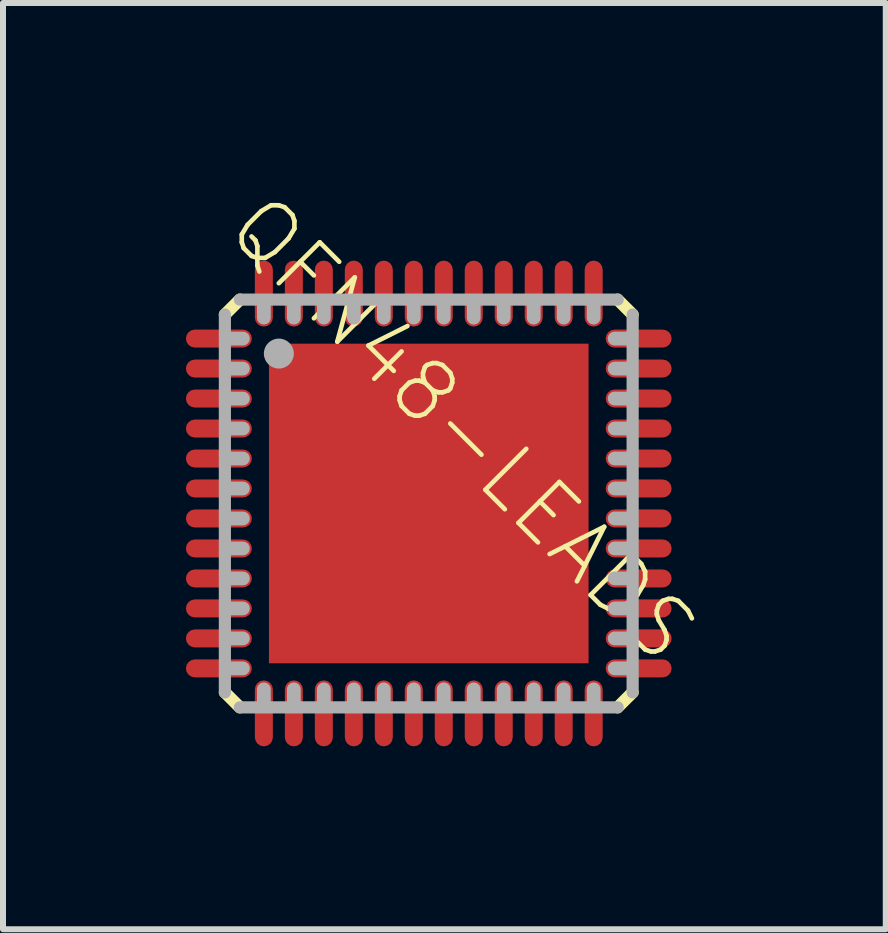
<source format=kicad_pcb>
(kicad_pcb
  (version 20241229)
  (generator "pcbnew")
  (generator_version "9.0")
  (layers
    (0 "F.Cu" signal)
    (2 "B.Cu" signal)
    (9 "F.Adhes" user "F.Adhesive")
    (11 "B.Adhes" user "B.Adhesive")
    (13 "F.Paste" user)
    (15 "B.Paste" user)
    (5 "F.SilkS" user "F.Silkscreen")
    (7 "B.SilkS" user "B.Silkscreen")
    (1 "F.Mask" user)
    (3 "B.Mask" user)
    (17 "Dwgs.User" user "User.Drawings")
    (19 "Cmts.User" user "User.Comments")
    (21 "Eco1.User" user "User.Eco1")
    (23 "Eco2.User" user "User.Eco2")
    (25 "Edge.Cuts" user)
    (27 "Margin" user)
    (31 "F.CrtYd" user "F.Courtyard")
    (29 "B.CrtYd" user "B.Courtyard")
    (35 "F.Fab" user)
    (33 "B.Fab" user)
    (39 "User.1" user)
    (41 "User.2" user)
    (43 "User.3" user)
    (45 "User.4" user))
  (footprint "QFN48-LEADS"
    (layer "F.Cu")
    (at 4.1 5.346)
    (property "Reference" "QFN48-LEADS" (at -3.5 -4.5 135) (layer "F.SilkS") (effects (font (size 0.965 0.965) (thickness 0.077)) (justify left bottom)))
    (attr through_hole)
    (fp_line (start -3.1 -2.75) (end -3.9 -2.75) (stroke (width 0.4) (type solid)) (layer "F.Mask"))
    (fp_line (start -3.1 -2.25) (end -3.9 -2.25) (stroke (width 0.4) (type solid)) (layer "F.Mask"))
    (fp_line (start -3.1 -1.75) (end -3.9 -1.75) (stroke (width 0.4) (type solid)) (layer "F.Mask"))
    (fp_line (start -3.1 -1.25) (end -3.9 -1.25) (stroke (width 0.4) (type solid)) (layer "F.Mask"))
    (fp_line (start -3.1 -0.75) (end -3.9 -0.75) (stroke (width 0.4) (type solid)) (layer "F.Mask"))
    (fp_line (start -3.1 -0.25) (end -3.9 -0.25) (stroke (width 0.4) (type solid)) (layer "F.Mask"))
    (fp_line (start -3.1 0.25) (end -3.9 0.25) (stroke (width 0.4) (type solid)) (layer "F.Mask"))
    (fp_line (start -3.1 0.75) (end -3.9 0.75) (stroke (width 0.4) (type solid)) (layer "F.Mask"))
    (fp_line (start -3.1 1.25) (end -3.9 1.25) (stroke (width 0.4) (type solid)) (layer "F.Mask"))
    (fp_line (start -3.1 1.75) (end -3.9 1.75) (stroke (width 0.4) (type solid)) (layer "F.Mask"))
    (fp_line (start -3.1 2.25) (end -3.9 2.25) (stroke (width 0.4) (type solid)) (layer "F.Mask"))
    (fp_line (start -3.1 2.75) (end -3.9 2.75) (stroke (width 0.4) (type solid)) (layer "F.Mask"))
    (fp_line (start -2.75 -3.1) (end -2.75 -3.9) (stroke (width 0.4) (type solid)) (layer "F.Mask"))
    (fp_line (start -2.75 3.1) (end -2.75 3.9) (stroke (width 0.4) (type solid)) (layer "F.Mask"))
    (fp_line (start -2.25 -3.1) (end -2.25 -3.9) (stroke (width 0.4) (type solid)) (layer "F.Mask"))
    (fp_line (start -2.25 3.1) (end -2.25 3.9) (stroke (width 0.4) (type solid)) (layer "F.Mask"))
    (fp_line (start -1.75 -3.1) (end -1.75 -3.9) (stroke (width 0.4) (type solid)) (layer "F.Mask"))
    (fp_line (start -1.75 3.1) (end -1.75 3.9) (stroke (width 0.4) (type solid)) (layer "F.Mask"))
    (fp_line (start -1.25 -3.1) (end -1.25 -3.9) (stroke (width 0.4) (type solid)) (layer "F.Mask"))
    (fp_line (start -1.25 3.1) (end -1.25 3.9) (stroke (width 0.4) (type solid)) (layer "F.Mask"))
    (fp_line (start -0.75 -3.1) (end -0.75 -3.9) (stroke (width 0.4) (type solid)) (layer "F.Mask"))
    (fp_line (start -0.75 3.1) (end -0.75 3.9) (stroke (width 0.4) (type solid)) (layer "F.Mask"))
    (fp_line (start -0.25 -3.1) (end -0.25 -3.9) (stroke (width 0.4) (type solid)) (layer "F.Mask"))
    (fp_line (start -0.25 3.1) (end -0.25 3.9) (stroke (width 0.4) (type solid)) (layer "F.Mask"))
    (fp_line (start 0.25 -3.1) (end 0.25 -3.9) (stroke (width 0.4) (type solid)) (layer "F.Mask"))
    (fp_line (start 0.25 3.1) (end 0.25 3.9) (stroke (width 0.4) (type solid)) (layer "F.Mask"))
    (fp_line (start 0.75 -3.1) (end 0.75 -3.9) (stroke (width 0.4) (type solid)) (layer "F.Mask"))
    (fp_line (start 0.75 3.1) (end 0.75 3.9) (stroke (width 0.4) (type solid)) (layer "F.Mask"))
    (fp_line (start 1.25 -3.1) (end 1.25 -3.9) (stroke (width 0.4) (type solid)) (layer "F.Mask"))
    (fp_line (start 1.25 3.1) (end 1.25 3.9) (stroke (width 0.4) (type solid)) (layer "F.Mask"))
    (fp_line (start 1.75 -3.1) (end 1.75 -3.9) (stroke (width 0.4) (type solid)) (layer "F.Mask"))
    (fp_line (start 1.75 3.1) (end 1.75 3.9) (stroke (width 0.4) (type solid)) (layer "F.Mask"))
    (fp_line (start 2.25 -3.1) (end 2.25 -3.9) (stroke (width 0.4) (type solid)) (layer "F.Mask"))
    (fp_line (start 2.25 3.1) (end 2.25 3.9) (stroke (width 0.4) (type solid)) (layer "F.Mask"))
    (fp_line (start 2.75 -3.1) (end 2.75 -3.9) (stroke (width 0.4) (type solid)) (layer "F.Mask"))
    (fp_line (start 2.75 3.1) (end 2.75 3.9) (stroke (width 0.4) (type solid)) (layer "F.Mask"))
    (fp_line (start 3.1 -2.75) (end 3.9 -2.75) (stroke (width 0.4) (type solid)) (layer "F.Mask"))
    (fp_line (start 3.1 -2.25) (end 3.9 -2.25) (stroke (width 0.4) (type solid)) (layer "F.Mask"))
    (fp_line (start 3.1 -1.75) (end 3.9 -1.75) (stroke (width 0.4) (type solid)) (layer "F.Mask"))
    (fp_line (start 3.1 -1.25) (end 3.9 -1.25) (stroke (width 0.4) (type solid)) (layer "F.Mask"))
    (fp_line (start 3.1 -0.75) (end 3.9 -0.75) (stroke (width 0.4) (type solid)) (layer "F.Mask"))
    (fp_line (start 3.1 -0.25) (end 3.9 -0.25) (stroke (width 0.4) (type solid)) (layer "F.Mask"))
    (fp_line (start 3.1 0.25) (end 3.9 0.25) (stroke (width 0.4) (type solid)) (layer "F.Mask"))
    (fp_line (start 3.1 0.75) (end 3.9 0.75) (stroke (width 0.4) (type solid)) (layer "F.Mask"))
    (fp_line (start 3.1 1.25) (end 3.9 1.25) (stroke (width 0.4) (type solid)) (layer "F.Mask"))
    (fp_line (start 3.1 1.75) (end 3.9 1.75) (stroke (width 0.4) (type solid)) (layer "F.Mask"))
    (fp_line (start 3.1 2.25) (end 3.9 2.25) (stroke (width 0.4) (type solid)) (layer "F.Mask"))
    (fp_line (start 3.1 2.75) (end 3.9 2.75) (stroke (width 0.4) (type solid)) (layer "F.Mask"))
    (fp_poly (pts (xy -2.7 2.7) (xy 2.7 2.7) (xy 2.7 -2.7) (xy -2.7 -2.7)) (stroke (width 0) (type solid)) (fill yes) (layer "F.Mask"))
    (fp_line (start -3.4 -3.15) (end -3.15 -3.4) (stroke (width 0.203) (type solid)) (layer "F.SilkS"))
    (fp_line (start -3.15 3.4) (end -3.4 3.15) (stroke (width 0.203) (type solid)) (layer "F.SilkS"))
    (fp_line (start 3.15 -3.4) (end 3.4 -3.15) (stroke (width 0.203) (type solid)) (layer "F.SilkS"))
    (fp_line (start 3.4 3.15) (end 3.15 3.4) (stroke (width 0.203) (type solid)) (layer "F.SilkS"))
    (fp_line (start -3.1 -2.75) (end -3.9 -2.75) (stroke (width 0.25) (type solid)) (layer "F.Paste"))
    (fp_line (start -3.1 -2.25) (end -3.9 -2.25) (stroke (width 0.25) (type solid)) (layer "F.Paste"))
    (fp_line (start -3.1 -1.75) (end -3.9 -1.75) (stroke (width 0.25) (type solid)) (layer "F.Paste"))
    (fp_line (start -3.1 -1.25) (end -3.9 -1.25) (stroke (width 0.25) (type solid)) (layer "F.Paste"))
    (fp_line (start -3.1 -0.75) (end -3.9 -0.75) (stroke (width 0.25) (type solid)) (layer "F.Paste"))
    (fp_line (start -3.1 -0.25) (end -3.9 -0.25) (stroke (width 0.25) (type solid)) (layer "F.Paste"))
    (fp_line (start -3.1 0.25) (end -3.9 0.25) (stroke (width 0.25) (type solid)) (layer "F.Paste"))
    (fp_line (start -3.1 0.75) (end -3.9 0.75) (stroke (width 0.25) (type solid)) (layer "F.Paste"))
    (fp_line (start -3.1 1.25) (end -3.9 1.25) (stroke (width 0.25) (type solid)) (layer "F.Paste"))
    (fp_line (start -3.1 1.75) (end -3.9 1.75) (stroke (width 0.25) (type solid)) (layer "F.Paste"))
    (fp_line (start -3.1 2.25) (end -3.9 2.25) (stroke (width 0.25) (type solid)) (layer "F.Paste"))
    (fp_line (start -3.1 2.75) (end -3.9 2.75) (stroke (width 0.25) (type solid)) (layer "F.Paste"))
    (fp_line (start -2.75 -3.1) (end -2.75 -3.9) (stroke (width 0.25) (type solid)) (layer "F.Paste"))
    (fp_line (start -2.75 3.1) (end -2.75 3.9) (stroke (width 0.25) (type solid)) (layer "F.Paste"))
    (fp_line (start -2.25 -3.1) (end -2.25 -3.9) (stroke (width 0.25) (type solid)) (layer "F.Paste"))
    (fp_line (start -2.25 3.1) (end -2.25 3.9) (stroke (width 0.25) (type solid)) (layer "F.Paste"))
    (fp_line (start -1.75 -3.1) (end -1.75 -3.9) (stroke (width 0.25) (type solid)) (layer "F.Paste"))
    (fp_line (start -1.75 3.1) (end -1.75 3.9) (stroke (width 0.25) (type solid)) (layer "F.Paste"))
    (fp_line (start -1.25 -3.1) (end -1.25 -3.9) (stroke (width 0.25) (type solid)) (layer "F.Paste"))
    (fp_line (start -1.25 3.1) (end -1.25 3.9) (stroke (width 0.25) (type solid)) (layer "F.Paste"))
    (fp_line (start -0.75 -3.1) (end -0.75 -3.9) (stroke (width 0.25) (type solid)) (layer "F.Paste"))
    (fp_line (start -0.75 3.1) (end -0.75 3.9) (stroke (width 0.25) (type solid)) (layer "F.Paste"))
    (fp_line (start -0.25 -3.1) (end -0.25 -3.9) (stroke (width 0.25) (type solid)) (layer "F.Paste"))
    (fp_line (start -0.25 3.1) (end -0.25 3.9) (stroke (width 0.25) (type solid)) (layer "F.Paste"))
    (fp_line (start 0.25 -3.1) (end 0.25 -3.9) (stroke (width 0.25) (type solid)) (layer "F.Paste"))
    (fp_line (start 0.25 3.1) (end 0.25 3.9) (stroke (width 0.25) (type solid)) (layer "F.Paste"))
    (fp_line (start 0.75 -3.1) (end 0.75 -3.9) (stroke (width 0.25) (type solid)) (layer "F.Paste"))
    (fp_line (start 0.75 3.1) (end 0.75 3.9) (stroke (width 0.25) (type solid)) (layer "F.Paste"))
    (fp_line (start 1.25 -3.1) (end 1.25 -3.9) (stroke (width 0.25) (type solid)) (layer "F.Paste"))
    (fp_line (start 1.25 3.1) (end 1.25 3.9) (stroke (width 0.25) (type solid)) (layer "F.Paste"))
    (fp_line (start 1.75 -3.1) (end 1.75 -3.9) (stroke (width 0.25) (type solid)) (layer "F.Paste"))
    (fp_line (start 1.75 3.1) (end 1.75 3.9) (stroke (width 0.25) (type solid)) (layer "F.Paste"))
    (fp_line (start 2.25 -3.1) (end 2.25 -3.9) (stroke (width 0.25) (type solid)) (layer "F.Paste"))
    (fp_line (start 2.25 3.1) (end 2.25 3.9) (stroke (width 0.25) (type solid)) (layer "F.Paste"))
    (fp_line (start 2.75 -3.1) (end 2.75 -3.9) (stroke (width 0.25) (type solid)) (layer "F.Paste"))
    (fp_line (start 2.75 3.1) (end 2.75 3.9) (stroke (width 0.25) (type solid)) (layer "F.Paste"))
    (fp_line (start 3.1 -2.75) (end 3.9 -2.75) (stroke (width 0.25) (type solid)) (layer "F.Paste"))
    (fp_line (start 3.1 -2.25) (end 3.9 -2.25) (stroke (width 0.25) (type solid)) (layer "F.Paste"))
    (fp_line (start 3.1 -1.75) (end 3.9 -1.75) (stroke (width 0.25) (type solid)) (layer "F.Paste"))
    (fp_line (start 3.1 -1.25) (end 3.9 -1.25) (stroke (width 0.25) (type solid)) (layer "F.Paste"))
    (fp_line (start 3.1 -0.75) (end 3.9 -0.75) (stroke (width 0.25) (type solid)) (layer "F.Paste"))
    (fp_line (start 3.1 -0.25) (end 3.9 -0.25) (stroke (width 0.25) (type solid)) (layer "F.Paste"))
    (fp_line (start 3.1 0.25) (end 3.9 0.25) (stroke (width 0.25) (type solid)) (layer "F.Paste"))
    (fp_line (start 3.1 0.75) (end 3.9 0.75) (stroke (width 0.25) (type solid)) (layer "F.Paste"))
    (fp_line (start 3.1 1.25) (end 3.9 1.25) (stroke (width 0.25) (type solid)) (layer "F.Paste"))
    (fp_line (start 3.1 1.75) (end 3.9 1.75) (stroke (width 0.25) (type solid)) (layer "F.Paste"))
    (fp_line (start 3.1 2.25) (end 3.9 2.25) (stroke (width 0.25) (type solid)) (layer "F.Paste"))
    (fp_line (start 3.1 2.75) (end 3.9 2.75) (stroke (width 0.25) (type solid)) (layer "F.Paste"))
    (fp_poly (pts (xy -2.55 2.55) (xy 2.55 2.55) (xy 2.55 -2.55) (xy -2.55 -2.55)) (stroke (width 0) (type solid)) (fill yes) (layer "F.Paste"))
    (fp_line (start -3.4 3.15) (end -3.4 -3.15) (stroke (width 0.203) (type solid)) (layer "F.Fab"))
    (fp_line (start -3.15 -3.4) (end 3.15 -3.4) (stroke (width 0.203) (type solid)) (layer "F.Fab"))
    (fp_line (start -3.1 -2.75) (end -3.325 -2.75) (stroke (width 0.23) (type solid)) (layer "F.Fab"))
    (fp_line (start -3.1 -2.25) (end -3.325 -2.25) (stroke (width 0.23) (type solid)) (layer "F.Fab"))
    (fp_line (start -3.1 -1.75) (end -3.325 -1.75) (stroke (width 0.23) (type solid)) (layer "F.Fab"))
    (fp_line (start -3.1 -1.25) (end -3.325 -1.25) (stroke (width 0.23) (type solid)) (layer "F.Fab"))
    (fp_line (start -3.1 -0.75) (end -3.325 -0.75) (stroke (width 0.23) (type solid)) (layer "F.Fab"))
    (fp_line (start -3.1 -0.25) (end -3.325 -0.25) (stroke (width 0.23) (type solid)) (layer "F.Fab"))
    (fp_line (start -3.1 0.25) (end -3.325 0.25) (stroke (width 0.23) (type solid)) (layer "F.Fab"))
    (fp_line (start -3.1 0.75) (end -3.325 0.75) (stroke (width 0.23) (type solid)) (layer "F.Fab"))
    (fp_line (start -3.1 1.25) (end -3.325 1.25) (stroke (width 0.23) (type solid)) (layer "F.Fab"))
    (fp_line (start -3.1 1.75) (end -3.325 1.75) (stroke (width 0.23) (type solid)) (layer "F.Fab"))
    (fp_line (start -3.1 2.25) (end -3.325 2.25) (stroke (width 0.23) (type solid)) (layer "F.Fab"))
    (fp_line (start -3.1 2.75) (end -3.325 2.75) (stroke (width 0.23) (type solid)) (layer "F.Fab"))
    (fp_line (start -2.75 -3.1) (end -2.75 -3.325) (stroke (width 0.23) (type solid)) (layer "F.Fab"))
    (fp_line (start -2.75 3.1) (end -2.75 3.325) (stroke (width 0.23) (type solid)) (layer "F.Fab"))
    (fp_line (start -2.25 -3.1) (end -2.25 -3.325) (stroke (width 0.23) (type solid)) (layer "F.Fab"))
    (fp_line (start -2.25 3.1) (end -2.25 3.325) (stroke (width 0.23) (type solid)) (layer "F.Fab"))
    (fp_line (start -1.75 -3.1) (end -1.75 -3.325) (stroke (width 0.23) (type solid)) (layer "F.Fab"))
    (fp_line (start -1.75 3.1) (end -1.75 3.325) (stroke (width 0.23) (type solid)) (layer "F.Fab"))
    (fp_line (start -1.25 -3.1) (end -1.25 -3.325) (stroke (width 0.23) (type solid)) (layer "F.Fab"))
    (fp_line (start -1.25 3.1) (end -1.25 3.325) (stroke (width 0.23) (type solid)) (layer "F.Fab"))
    (fp_line (start -0.75 -3.1) (end -0.75 -3.325) (stroke (width 0.23) (type solid)) (layer "F.Fab"))
    (fp_line (start -0.75 3.1) (end -0.75 3.325) (stroke (width 0.23) (type solid)) (layer "F.Fab"))
    (fp_line (start -0.25 -3.1) (end -0.25 -3.325) (stroke (width 0.23) (type solid)) (layer "F.Fab"))
    (fp_line (start -0.25 3.1) (end -0.25 3.325) (stroke (width 0.23) (type solid)) (layer "F.Fab"))
    (fp_line (start 0.25 -3.1) (end 0.25 -3.325) (stroke (width 0.23) (type solid)) (layer "F.Fab"))
    (fp_line (start 0.25 3.1) (end 0.25 3.325) (stroke (width 0.23) (type solid)) (layer "F.Fab"))
    (fp_line (start 0.75 -3.1) (end 0.75 -3.325) (stroke (width 0.23) (type solid)) (layer "F.Fab"))
    (fp_line (start 0.75 3.1) (end 0.75 3.325) (stroke (width 0.23) (type solid)) (layer "F.Fab"))
    (fp_line (start 1.25 -3.1) (end 1.25 -3.325) (stroke (width 0.23) (type solid)) (layer "F.Fab"))
    (fp_line (start 1.25 3.1) (end 1.25 3.325) (stroke (width 0.23) (type solid)) (layer "F.Fab"))
    (fp_line (start 1.75 -3.1) (end 1.75 -3.325) (stroke (width 0.23) (type solid)) (layer "F.Fab"))
    (fp_line (start 1.75 3.1) (end 1.75 3.325) (stroke (width 0.23) (type solid)) (layer "F.Fab"))
    (fp_line (start 2.25 -3.1) (end 2.25 -3.325) (stroke (width 0.23) (type solid)) (layer "F.Fab"))
    (fp_line (start 2.25 3.1) (end 2.25 3.325) (stroke (width 0.23) (type solid)) (layer "F.Fab"))
    (fp_line (start 2.75 -3.1) (end 2.75 -3.325) (stroke (width 0.23) (type solid)) (layer "F.Fab"))
    (fp_line (start 2.75 3.1) (end 2.75 3.325) (stroke (width 0.23) (type solid)) (layer "F.Fab"))
    (fp_line (start 3.1 -2.75) (end 3.325 -2.75) (stroke (width 0.23) (type solid)) (layer "F.Fab"))
    (fp_line (start 3.1 -2.25) (end 3.325 -2.25) (stroke (width 0.23) (type solid)) (layer "F.Fab"))
    (fp_line (start 3.1 -1.75) (end 3.325 -1.75) (stroke (width 0.23) (type solid)) (layer "F.Fab"))
    (fp_line (start 3.1 -1.25) (end 3.325 -1.25) (stroke (width 0.23) (type solid)) (layer "F.Fab"))
    (fp_line (start 3.1 -0.75) (end 3.325 -0.75) (stroke (width 0.23) (type solid)) (layer "F.Fab"))
    (fp_line (start 3.1 -0.25) (end 3.325 -0.25) (stroke (width 0.23) (type solid)) (layer "F.Fab"))
    (fp_line (start 3.1 0.25) (end 3.325 0.25) (stroke (width 0.23) (type solid)) (layer "F.Fab"))
    (fp_line (start 3.1 0.75) (end 3.325 0.75) (stroke (width 0.23) (type solid)) (layer "F.Fab"))
    (fp_line (start 3.1 1.25) (end 3.325 1.25) (stroke (width 0.23) (type solid)) (layer "F.Fab"))
    (fp_line (start 3.1 1.75) (end 3.325 1.75) (stroke (width 0.23) (type solid)) (layer "F.Fab"))
    (fp_line (start 3.1 2.25) (end 3.325 2.25) (stroke (width 0.23) (type solid)) (layer "F.Fab"))
    (fp_line (start 3.1 2.75) (end 3.325 2.75) (stroke (width 0.23) (type solid)) (layer "F.Fab"))
    (fp_line (start 3.15 3.4) (end -3.15 3.4) (stroke (width 0.203) (type solid)) (layer "F.Fab"))
    (fp_line (start 3.4 -3.15) (end 3.4 3.15) (stroke (width 0.203) (type solid)) (layer "F.Fab"))
    (fp_circle (center -2.5 -2.5) (end -2.25 -2.5) (stroke (width 0) (type solid)) (fill yes) (layer "F.Fab"))
    (pad "1" smd roundrect (at -3.5 -2.75) (size 1.1 0.3) (layers "F.Cu" "F.Mask") (roundrect_rratio 0.5))
    (pad "2" smd roundrect (at -3.5 -2.25) (size 1.1 0.3) (layers "F.Cu" "F.Mask") (roundrect_rratio 0.5))
    (pad "3" smd roundrect (at -3.5 -1.75) (size 1.1 0.3) (layers "F.Cu" "F.Mask") (roundrect_rratio 0.5))
    (pad "4" smd roundrect (at -3.5 -1.25) (size 1.1 0.3) (layers "F.Cu" "F.Mask") (roundrect_rratio 0.5))
    (pad "5" smd roundrect (at -3.5 -0.75) (size 1.1 0.3) (layers "F.Cu" "F.Mask") (roundrect_rratio 0.5))
    (pad "6" smd roundrect (at -3.5 -0.25) (size 1.1 0.3) (layers "F.Cu" "F.Mask") (roundrect_rratio 0.5))
    (pad "7" smd roundrect (at -3.5 0.25) (size 1.1 0.3) (layers "F.Cu" "F.Mask") (roundrect_rratio 0.5))
    (pad "8" smd roundrect (at -3.5 0.75) (size 1.1 0.3) (layers "F.Cu" "F.Mask") (roundrect_rratio 0.5))
    (pad "9" smd roundrect (at -3.5 1.25) (size 1.1 0.3) (layers "F.Cu" "F.Mask") (roundrect_rratio 0.5))
    (pad "10" smd roundrect (at -3.5 1.75) (size 1.1 0.3) (layers "F.Cu" "F.Mask") (roundrect_rratio 0.5))
    (pad "11" smd roundrect (at -3.5 2.25) (size 1.1 0.3) (layers "F.Cu" "F.Mask") (roundrect_rratio 0.5))
    (pad "12" smd roundrect (at -3.5 2.75) (size 1.1 0.3) (layers "F.Cu" "F.Mask") (roundrect_rratio 0.5))
    (pad "13" smd roundrect (at -2.75 3.5 90) (size 1.1 0.3) (layers "F.Cu" "F.Mask") (roundrect_rratio 0.5))
    (pad "14" smd roundrect (at -2.25 3.5 90) (size 1.1 0.3) (layers "F.Cu" "F.Mask") (roundrect_rratio 0.5))
    (pad "15" smd roundrect (at -1.75 3.5 90) (size 1.1 0.3) (layers "F.Cu" "F.Mask") (roundrect_rratio 0.5))
    (pad "16" smd roundrect (at -1.25 3.5 90) (size 1.1 0.3) (layers "F.Cu" "F.Mask") (roundrect_rratio 0.5))
    (pad "17" smd roundrect (at -0.75 3.5 90) (size 1.1 0.3) (layers "F.Cu" "F.Mask") (roundrect_rratio 0.5))
    (pad "18" smd roundrect (at -0.25 3.5 90) (size 1.1 0.3) (layers "F.Cu" "F.Mask") (roundrect_rratio 0.5))
    (pad "19" smd roundrect (at 0.25 3.5 90) (size 1.1 0.3) (layers "F.Cu" "F.Mask") (roundrect_rratio 0.5))
    (pad "20" smd roundrect (at 0.75 3.5 90) (size 1.1 0.3) (layers "F.Cu" "F.Mask") (roundrect_rratio 0.5))
    (pad "21" smd roundrect (at 1.25 3.5 90) (size 1.1 0.3) (layers "F.Cu" "F.Mask") (roundrect_rratio 0.5))
    (pad "22" smd roundrect (at 1.75 3.5 90) (size 1.1 0.3) (layers "F.Cu" "F.Mask") (roundrect_rratio 0.5))
    (pad "23" smd roundrect (at 2.25 3.5 90) (size 1.1 0.3) (layers "F.Cu" "F.Mask") (roundrect_rratio 0.5))
    (pad "24" smd roundrect (at 2.75 3.5 90) (size 1.1 0.3) (layers "F.Cu" "F.Mask") (roundrect_rratio 0.5))
    (pad "25" smd roundrect (at 3.5 2.75 180) (size 1.1 0.3) (layers "F.Cu" "F.Mask") (roundrect_rratio 0.5))
    (pad "26" smd roundrect (at 3.5 2.25 180) (size 1.1 0.3) (layers "F.Cu" "F.Mask") (roundrect_rratio 0.5))
    (pad "27" smd roundrect (at 3.5 1.75 180) (size 1.1 0.3) (layers "F.Cu" "F.Mask") (roundrect_rratio 0.5))
    (pad "28" smd roundrect (at 3.5 1.25 180) (size 1.1 0.3) (layers "F.Cu" "F.Mask") (roundrect_rratio 0.5))
    (pad "29" smd roundrect (at 3.5 0.75 180) (size 1.1 0.3) (layers "F.Cu" "F.Mask") (roundrect_rratio 0.5))
    (pad "30" smd roundrect (at 3.5 0.25 180) (size 1.1 0.3) (layers "F.Cu" "F.Mask") (roundrect_rratio 0.5))
    (pad "31" smd roundrect (at 3.5 -0.25 180) (size 1.1 0.3) (layers "F.Cu" "F.Mask") (roundrect_rratio 0.5))
    (pad "32" smd roundrect (at 3.5 -0.75 180) (size 1.1 0.3) (layers "F.Cu" "F.Mask") (roundrect_rratio 0.5))
    (pad "33" smd roundrect (at 3.5 -1.25 180) (size 1.1 0.3) (layers "F.Cu" "F.Mask") (roundrect_rratio 0.5))
    (pad "34" smd roundrect (at 3.5 -1.75 180) (size 1.1 0.3) (layers "F.Cu" "F.Mask") (roundrect_rratio 0.5))
    (pad "35" smd roundrect (at 3.5 -2.25 180) (size 1.1 0.3) (layers "F.Cu" "F.Mask") (roundrect_rratio 0.5))
    (pad "36" smd roundrect (at 3.5 -2.75 180) (size 1.1 0.3) (layers "F.Cu" "F.Mask") (roundrect_rratio 0.5))
    (pad "37" smd roundrect (at 2.75 -3.5 270) (size 1.1 0.3) (layers "F.Cu" "F.Mask") (roundrect_rratio 0.5))
    (pad "38" smd roundrect (at 2.25 -3.5 270) (size 1.1 0.3) (layers "F.Cu" "F.Mask") (roundrect_rratio 0.5))
    (pad "39" smd roundrect (at 1.75 -3.5 270) (size 1.1 0.3) (layers "F.Cu" "F.Mask") (roundrect_rratio 0.5))
    (pad "40" smd roundrect (at 1.25 -3.5 270) (size 1.1 0.3) (layers "F.Cu" "F.Mask") (roundrect_rratio 0.5))
    (pad "41" smd roundrect (at 0.75 -3.5 270) (size 1.1 0.3) (layers "F.Cu" "F.Mask") (roundrect_rratio 0.5))
    (pad "42" smd roundrect (at 0.25 -3.5 270) (size 1.1 0.3) (layers "F.Cu" "F.Mask") (roundrect_rratio 0.5))
    (pad "43" smd roundrect (at -0.25 -3.5 270) (size 1.1 0.3) (layers "F.Cu" "F.Mask") (roundrect_rratio 0.5))
    (pad "44" smd roundrect (at -0.75 -3.5 270) (size 1.1 0.3) (layers "F.Cu" "F.Mask") (roundrect_rratio 0.5))
    (pad "45" smd roundrect (at -1.25 -3.5 270) (size 1.1 0.3) (layers "F.Cu" "F.Mask") (roundrect_rratio 0.5))
    (pad "46" smd roundrect (at -1.75 -3.5 270) (size 1.1 0.3) (layers "F.Cu" "F.Mask") (roundrect_rratio 0.5))
    (pad "47" smd roundrect (at -2.25 -3.5 270) (size 1.1 0.3) (layers "F.Cu" "F.Mask") (roundrect_rratio 0.5))
    (pad "48" smd roundrect (at -2.75 -3.5 270) (size 1.1 0.3) (layers "F.Cu" "F.Mask") (roundrect_rratio 0.5))
    (pad "EXP" smd rect (at 0 0) (size 5.33 5.33) (layers "F.Cu" "F.Mask")))
  (gr_rect
    (start -3 -3)
    (end 11.721 12.446)
    (stroke (width 0.1) (type default))
    (fill no)
    (layer "Edge.Cuts")))
</source>
